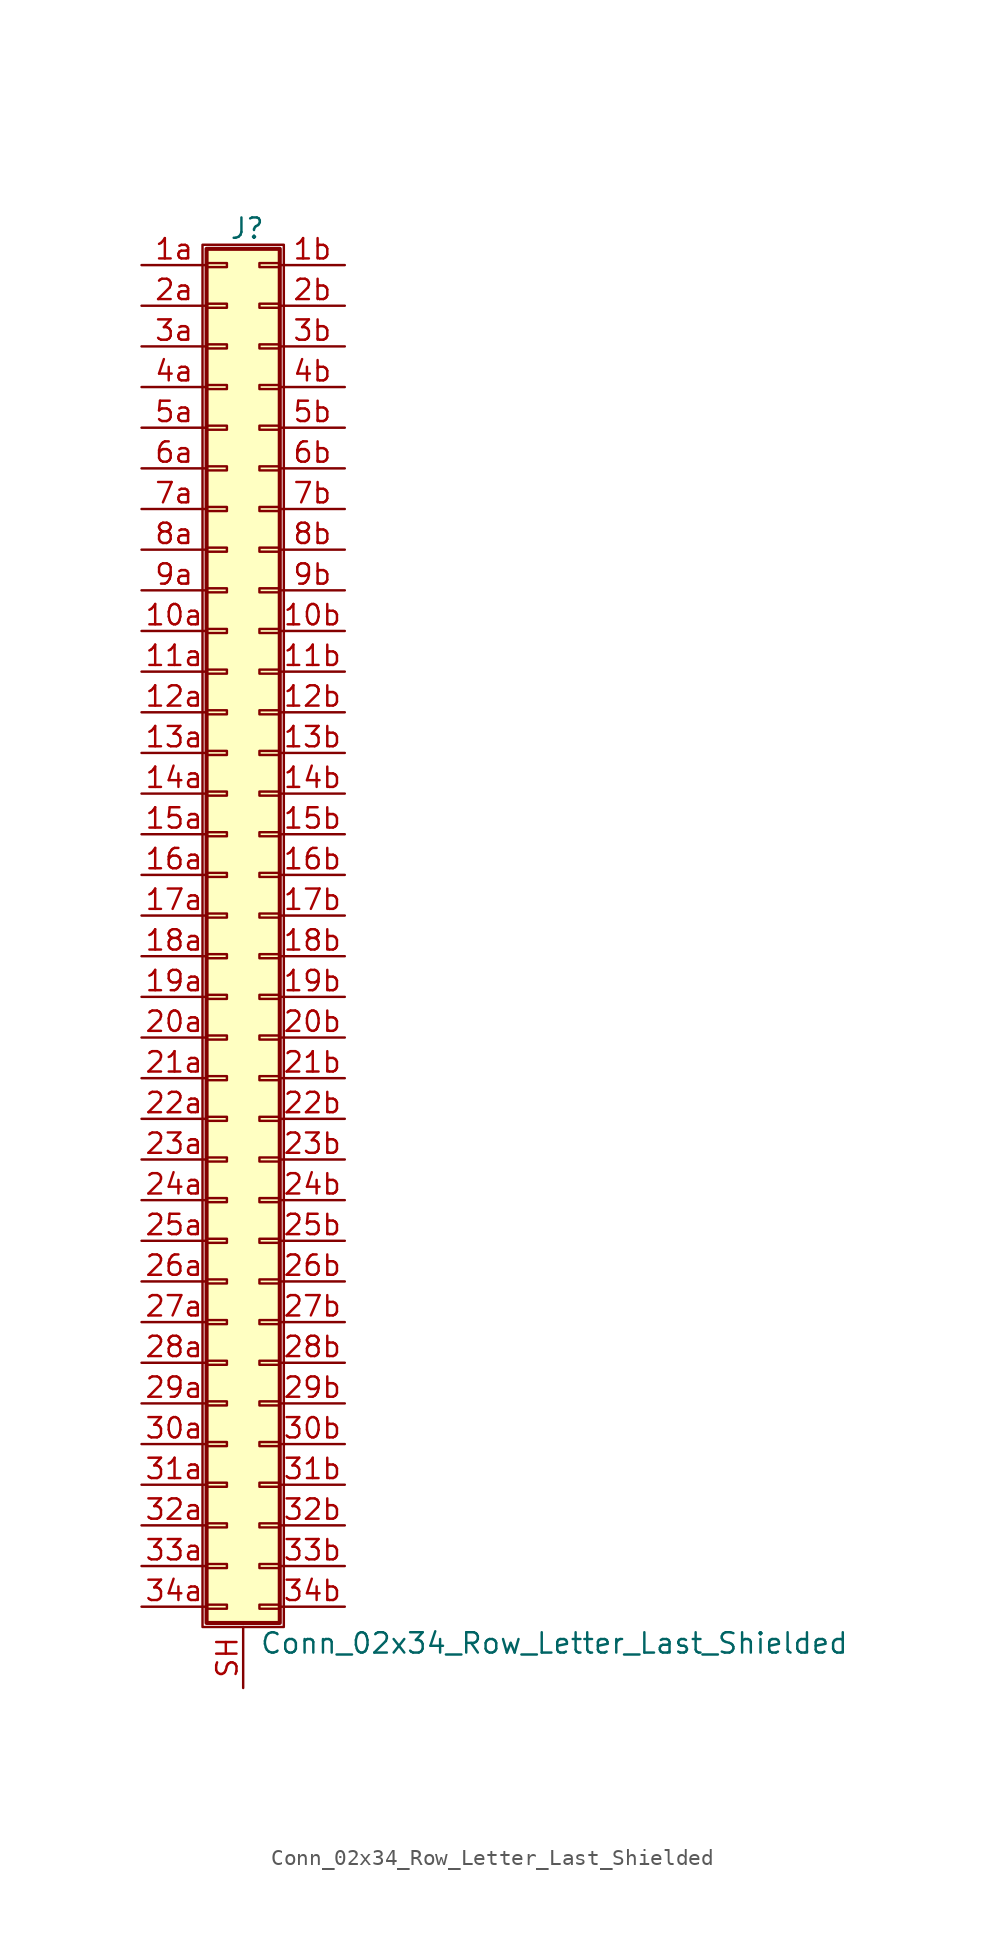
<source format=kicad_sym>
(kicad_symbol_lib
  (version 20220914)
  (generator kicad_symbol_editor)
  (symbol "Conn_02x34_Row_Letter_Last_Shielded"
    (pin_names
      (offset 1.016) hide)
    (property "Reference" "J"
      (at 1.524 42.926 0)
      (effects (font (size 1.27 1.27))))
    (property "Value" "Conn_02x34_Row_Letter_Last_Shielded"
      (at 2.286 -45.466 0)
      (effects (font (size 1.27 1.27)) (justify left)))
    (symbol "Conn_02x34_Row_Letter_Last_Shielded_1_1"
      (rectangle (start -1.27 41.91) (end 3.81 -44.45) (stroke (width 0.152) (type default)) (fill (type none)))
      (rectangle (start -1.016 -43.053) (end 0.254 -43.307) (stroke (width 0.152) (type default)) (fill (type none)))
      (rectangle (start -1.016 -40.513) (end 0.254 -40.767) (stroke (width 0.152) (type default)) (fill (type none)))
      (rectangle (start -1.016 -37.973) (end 0.254 -38.227) (stroke (width 0.152) (type default)) (fill (type none)))
      (rectangle (start -1.016 -35.433) (end 0.254 -35.687) (stroke (width 0.152) (type default)) (fill (type none)))
      (rectangle (start -1.016 -32.893) (end 0.254 -33.147) (stroke (width 0.152) (type default)) (fill (type none)))
      (rectangle (start -1.016 -30.353) (end 0.254 -30.607) (stroke (width 0.152) (type default)) (fill (type none)))
      (rectangle (start -1.016 -27.813) (end 0.254 -28.067) (stroke (width 0.152) (type default)) (fill (type none)))
      (rectangle (start -1.016 -25.273) (end 0.254 -25.527) (stroke (width 0.152) (type default)) (fill (type none)))
      (rectangle (start -1.016 -22.733) (end 0.254 -22.987) (stroke (width 0.152) (type default)) (fill (type none)))
      (rectangle (start -1.016 -20.193) (end 0.254 -20.447) (stroke (width 0.152) (type default)) (fill (type none)))
      (rectangle (start -1.016 -17.653) (end 0.254 -17.907) (stroke (width 0.152) (type default)) (fill (type none)))
      (rectangle (start -1.016 -15.113) (end 0.254 -15.367) (stroke (width 0.152) (type default)) (fill (type none)))
      (rectangle (start -1.016 -12.573) (end 0.254 -12.827) (stroke (width 0.152) (type default)) (fill (type none)))
      (rectangle (start -1.016 -10.033) (end 0.254 -10.287) (stroke (width 0.152) (type default)) (fill (type none)))
      (rectangle (start -1.016 -7.493) (end 0.254 -7.747) (stroke (width 0.152) (type default)) (fill (type none)))
      (rectangle (start -1.016 -4.953) (end 0.254 -5.207) (stroke (width 0.152) (type default)) (fill (type none)))
      (rectangle (start -1.016 -2.413) (end 0.254 -2.667) (stroke (width 0.152) (type default)) (fill (type none)))
      (rectangle (start -1.016 0.127) (end 0.254 -0.127) (stroke (width 0.152) (type default)) (fill (type none)))
      (rectangle (start -1.016 2.667) (end 0.254 2.413) (stroke (width 0.152) (type default)) (fill (type none)))
      (rectangle (start -1.016 5.207) (end 0.254 4.953) (stroke (width 0.152) (type default)) (fill (type none)))
      (rectangle (start -1.016 7.747) (end 0.254 7.493) (stroke (width 0.152) (type default)) (fill (type none)))
      (rectangle (start -1.016 10.287) (end 0.254 10.033) (stroke (width 0.152) (type default)) (fill (type none)))
      (rectangle (start -1.016 12.827) (end 0.254 12.573) (stroke (width 0.152) (type default)) (fill (type none)))
      (rectangle (start -1.016 15.367) (end 0.254 15.113) (stroke (width 0.152) (type default)) (fill (type none)))
      (rectangle (start -1.016 17.907) (end 0.254 17.653) (stroke (width 0.152) (type default)) (fill (type none)))
      (rectangle (start -1.016 20.447) (end 0.254 20.193) (stroke (width 0.152) (type default)) (fill (type none)))
      (rectangle (start -1.016 22.987) (end 0.254 22.733) (stroke (width 0.152) (type default)) (fill (type none)))
      (rectangle (start -1.016 25.527) (end 0.254 25.273) (stroke (width 0.152) (type default)) (fill (type none)))
      (rectangle (start -1.016 28.067) (end 0.254 27.813) (stroke (width 0.152) (type default)) (fill (type none)))
      (rectangle (start -1.016 30.607) (end 0.254 30.353) (stroke (width 0.152) (type default)) (fill (type none)))
      (rectangle (start -1.016 33.147) (end 0.254 32.893) (stroke (width 0.152) (type default)) (fill (type none)))
      (rectangle (start -1.016 35.687) (end 0.254 35.433) (stroke (width 0.152) (type default)) (fill (type none)))
      (rectangle (start -1.016 38.227) (end 0.254 37.973) (stroke (width 0.152) (type default)) (fill (type none)))
      (rectangle (start -1.016 40.767) (end 0.254 40.513) (stroke (width 0.152) (type default)) (fill (type none)))
      (rectangle (start -1.016 41.656) (end 3.556 -44.196) (stroke (width 0.254) (type default)) (fill (type background)))
      (rectangle (start 3.556 -43.053) (end 2.286 -43.307) (stroke (width 0.152) (type default)) (fill (type none)))
      (rectangle (start 3.556 -40.513) (end 2.286 -40.767) (stroke (width 0.152) (type default)) (fill (type none)))
      (rectangle (start 3.556 -37.973) (end 2.286 -38.227) (stroke (width 0.152) (type default)) (fill (type none)))
      (rectangle (start 3.556 -35.433) (end 2.286 -35.687) (stroke (width 0.152) (type default)) (fill (type none)))
      (rectangle (start 3.556 -32.893) (end 2.286 -33.147) (stroke (width 0.152) (type default)) (fill (type none)))
      (rectangle (start 3.556 -30.353) (end 2.286 -30.607) (stroke (width 0.152) (type default)) (fill (type none)))
      (rectangle (start 3.556 -27.813) (end 2.286 -28.067) (stroke (width 0.152) (type default)) (fill (type none)))
      (rectangle (start 3.556 -25.273) (end 2.286 -25.527) (stroke (width 0.152) (type default)) (fill (type none)))
      (rectangle (start 3.556 -22.733) (end 2.286 -22.987) (stroke (width 0.152) (type default)) (fill (type none)))
      (rectangle (start 3.556 -20.193) (end 2.286 -20.447) (stroke (width 0.152) (type default)) (fill (type none)))
      (rectangle (start 3.556 -17.653) (end 2.286 -17.907) (stroke (width 0.152) (type default)) (fill (type none)))
      (rectangle (start 3.556 -15.113) (end 2.286 -15.367) (stroke (width 0.152) (type default)) (fill (type none)))
      (rectangle (start 3.556 -12.573) (end 2.286 -12.827) (stroke (width 0.152) (type default)) (fill (type none)))
      (rectangle (start 3.556 -10.033) (end 2.286 -10.287) (stroke (width 0.152) (type default)) (fill (type none)))
      (rectangle (start 3.556 -7.493) (end 2.286 -7.747) (stroke (width 0.152) (type default)) (fill (type none)))
      (rectangle (start 3.556 -4.953) (end 2.286 -5.207) (stroke (width 0.152) (type default)) (fill (type none)))
      (rectangle (start 3.556 -2.413) (end 2.286 -2.667) (stroke (width 0.152) (type default)) (fill (type none)))
      (rectangle (start 3.556 0.127) (end 2.286 -0.127) (stroke (width 0.152) (type default)) (fill (type none)))
      (rectangle (start 3.556 2.667) (end 2.286 2.413) (stroke (width 0.152) (type default)) (fill (type none)))
      (rectangle (start 3.556 5.207) (end 2.286 4.953) (stroke (width 0.152) (type default)) (fill (type none)))
      (rectangle (start 3.556 7.747) (end 2.286 7.493) (stroke (width 0.152) (type default)) (fill (type none)))
      (rectangle (start 3.556 10.287) (end 2.286 10.033) (stroke (width 0.152) (type default)) (fill (type none)))
      (rectangle (start 3.556 12.827) (end 2.286 12.573) (stroke (width 0.152) (type default)) (fill (type none)))
      (rectangle (start 3.556 15.367) (end 2.286 15.113) (stroke (width 0.152) (type default)) (fill (type none)))
      (rectangle (start 3.556 17.907) (end 2.286 17.653) (stroke (width 0.152) (type default)) (fill (type none)))
      (rectangle (start 3.556 20.447) (end 2.286 20.193) (stroke (width 0.152) (type default)) (fill (type none)))
      (rectangle (start 3.556 22.987) (end 2.286 22.733) (stroke (width 0.152) (type default)) (fill (type none)))
      (rectangle (start 3.556 25.527) (end 2.286 25.273) (stroke (width 0.152) (type default)) (fill (type none)))
      (rectangle (start 3.556 28.067) (end 2.286 27.813) (stroke (width 0.152) (type default)) (fill (type none)))
      (rectangle (start 3.556 30.607) (end 2.286 30.353) (stroke (width 0.152) (type default)) (fill (type none)))
      (rectangle (start 3.556 33.147) (end 2.286 32.893) (stroke (width 0.152) (type default)) (fill (type none)))
      (rectangle (start 3.556 35.687) (end 2.286 35.433) (stroke (width 0.152) (type default)) (fill (type none)))
      (rectangle (start 3.556 38.227) (end 2.286 37.973) (stroke (width 0.152) (type default)) (fill (type none)))
      (rectangle (start 3.556 40.767) (end 2.286 40.513) (stroke (width 0.152) (type default)) (fill (type none)))
      (pin passive line (at -5.08 17.78 0) (length 4.064) (name "Pin_10a" (effects (font (size 1.27 1.27)))) (number "10a" (effects (font (size 1.27 1.27)))))
      (pin passive line (at 7.62 17.78 180) (length 4.064) (name "Pin_10b" (effects (font (size 1.27 1.27)))) (number "10b" (effects (font (size 1.27 1.27)))))
      (pin passive line (at -5.08 15.24 0) (length 4.064) (name "Pin_11a" (effects (font (size 1.27 1.27)))) (number "11a" (effects (font (size 1.27 1.27)))))
      (pin passive line (at 7.62 15.24 180) (length 4.064) (name "Pin_11b" (effects (font (size 1.27 1.27)))) (number "11b" (effects (font (size 1.27 1.27)))))
      (pin passive line (at -5.08 12.7 0) (length 4.064) (name "Pin_12a" (effects (font (size 1.27 1.27)))) (number "12a" (effects (font (size 1.27 1.27)))))
      (pin passive line (at 7.62 12.7 180) (length 4.064) (name "Pin_12b" (effects (font (size 1.27 1.27)))) (number "12b" (effects (font (size 1.27 1.27)))))
      (pin passive line (at -5.08 10.16 0) (length 4.064) (name "Pin_13a" (effects (font (size 1.27 1.27)))) (number "13a" (effects (font (size 1.27 1.27)))))
      (pin passive line (at 7.62 10.16 180) (length 4.064) (name "Pin_13b" (effects (font (size 1.27 1.27)))) (number "13b" (effects (font (size 1.27 1.27)))))
      (pin passive line (at -5.08 7.62 0) (length 4.064) (name "Pin_14a" (effects (font (size 1.27 1.27)))) (number "14a" (effects (font (size 1.27 1.27)))))
      (pin passive line (at 7.62 7.62 180) (length 4.064) (name "Pin_14b" (effects (font (size 1.27 1.27)))) (number "14b" (effects (font (size 1.27 1.27)))))
      (pin passive line (at -5.08 5.08 0) (length 4.064) (name "Pin_15a" (effects (font (size 1.27 1.27)))) (number "15a" (effects (font (size 1.27 1.27)))))
      (pin passive line (at 7.62 5.08 180) (length 4.064) (name "Pin_15b" (effects (font (size 1.27 1.27)))) (number "15b" (effects (font (size 1.27 1.27)))))
      (pin passive line (at -5.08 2.54 0) (length 4.064) (name "Pin_16a" (effects (font (size 1.27 1.27)))) (number "16a" (effects (font (size 1.27 1.27)))))
      (pin passive line (at 7.62 2.54 180) (length 4.064) (name "Pin_16b" (effects (font (size 1.27 1.27)))) (number "16b" (effects (font (size 1.27 1.27)))))
      (pin passive line (at -5.08 0 0) (length 4.064) (name "Pin_17a" (effects (font (size 1.27 1.27)))) (number "17a" (effects (font (size 1.27 1.27)))))
      (pin passive line (at 7.62 0 180) (length 4.064) (name "Pin_17b" (effects (font (size 1.27 1.27)))) (number "17b" (effects (font (size 1.27 1.27)))))
      (pin passive line (at -5.08 -2.54 0) (length 4.064) (name "Pin_18a" (effects (font (size 1.27 1.27)))) (number "18a" (effects (font (size 1.27 1.27)))))
      (pin passive line (at 7.62 -2.54 180) (length 4.064) (name "Pin_18b" (effects (font (size 1.27 1.27)))) (number "18b" (effects (font (size 1.27 1.27)))))
      (pin passive line (at -5.08 -5.08 0) (length 4.064) (name "Pin_19a" (effects (font (size 1.27 1.27)))) (number "19a" (effects (font (size 1.27 1.27)))))
      (pin passive line (at 7.62 -5.08 180) (length 4.064) (name "Pin_19b" (effects (font (size 1.27 1.27)))) (number "19b" (effects (font (size 1.27 1.27)))))
      (pin passive line (at -5.08 40.64 0) (length 4.064) (name "Pin_1a" (effects (font (size 1.27 1.27)))) (number "1a" (effects (font (size 1.27 1.27)))))
      (pin passive line (at 7.62 40.64 180) (length 4.064) (name "Pin_1b" (effects (font (size 1.27 1.27)))) (number "1b" (effects (font (size 1.27 1.27)))))
      (pin passive line (at -5.08 -7.62 0) (length 4.064) (name "Pin_20a" (effects (font (size 1.27 1.27)))) (number "20a" (effects (font (size 1.27 1.27)))))
      (pin passive line (at 7.62 -7.62 180) (length 4.064) (name "Pin_20b" (effects (font (size 1.27 1.27)))) (number "20b" (effects (font (size 1.27 1.27)))))
      (pin passive line (at -5.08 -10.16 0) (length 4.064) (name "Pin_21a" (effects (font (size 1.27 1.27)))) (number "21a" (effects (font (size 1.27 1.27)))))
      (pin passive line (at 7.62 -10.16 180) (length 4.064) (name "Pin_21b" (effects (font (size 1.27 1.27)))) (number "21b" (effects (font (size 1.27 1.27)))))
      (pin passive line (at -5.08 -12.7 0) (length 4.064) (name "Pin_22a" (effects (font (size 1.27 1.27)))) (number "22a" (effects (font (size 1.27 1.27)))))
      (pin passive line (at 7.62 -12.7 180) (length 4.064) (name "Pin_22b" (effects (font (size 1.27 1.27)))) (number "22b" (effects (font (size 1.27 1.27)))))
      (pin passive line (at -5.08 -15.24 0) (length 4.064) (name "Pin_23a" (effects (font (size 1.27 1.27)))) (number "23a" (effects (font (size 1.27 1.27)))))
      (pin passive line (at 7.62 -15.24 180) (length 4.064) (name "Pin_23b" (effects (font (size 1.27 1.27)))) (number "23b" (effects (font (size 1.27 1.27)))))
      (pin passive line (at -5.08 -17.78 0) (length 4.064) (name "Pin_24a" (effects (font (size 1.27 1.27)))) (number "24a" (effects (font (size 1.27 1.27)))))
      (pin passive line (at 7.62 -17.78 180) (length 4.064) (name "Pin_24b" (effects (font (size 1.27 1.27)))) (number "24b" (effects (font (size 1.27 1.27)))))
      (pin passive line (at -5.08 -20.32 0) (length 4.064) (name "Pin_25a" (effects (font (size 1.27 1.27)))) (number "25a" (effects (font (size 1.27 1.27)))))
      (pin passive line (at 7.62 -20.32 180) (length 4.064) (name "Pin_25b" (effects (font (size 1.27 1.27)))) (number "25b" (effects (font (size 1.27 1.27)))))
      (pin passive line (at -5.08 -22.86 0) (length 4.064) (name "Pin_26a" (effects (font (size 1.27 1.27)))) (number "26a" (effects (font (size 1.27 1.27)))))
      (pin passive line (at 7.62 -22.86 180) (length 4.064) (name "Pin_26b" (effects (font (size 1.27 1.27)))) (number "26b" (effects (font (size 1.27 1.27)))))
      (pin passive line (at -5.08 -25.4 0) (length 4.064) (name "Pin_27a" (effects (font (size 1.27 1.27)))) (number "27a" (effects (font (size 1.27 1.27)))))
      (pin passive line (at 7.62 -25.4 180) (length 4.064) (name "Pin_27b" (effects (font (size 1.27 1.27)))) (number "27b" (effects (font (size 1.27 1.27)))))
      (pin passive line (at -5.08 -27.94 0) (length 4.064) (name "Pin_28a" (effects (font (size 1.27 1.27)))) (number "28a" (effects (font (size 1.27 1.27)))))
      (pin passive line (at 7.62 -27.94 180) (length 4.064) (name "Pin_28b" (effects (font (size 1.27 1.27)))) (number "28b" (effects (font (size 1.27 1.27)))))
      (pin passive line (at -5.08 -30.48 0) (length 4.064) (name "Pin_29a" (effects (font (size 1.27 1.27)))) (number "29a" (effects (font (size 1.27 1.27)))))
      (pin passive line (at 7.62 -30.48 180) (length 4.064) (name "Pin_29b" (effects (font (size 1.27 1.27)))) (number "29b" (effects (font (size 1.27 1.27)))))
      (pin passive line (at -5.08 38.1 0) (length 4.064) (name "Pin_2a" (effects (font (size 1.27 1.27)))) (number "2a" (effects (font (size 1.27 1.27)))))
      (pin passive line (at 7.62 38.1 180) (length 4.064) (name "Pin_2b" (effects (font (size 1.27 1.27)))) (number "2b" (effects (font (size 1.27 1.27)))))
      (pin passive line (at -5.08 -33.02 0) (length 4.064) (name "Pin_30a" (effects (font (size 1.27 1.27)))) (number "30a" (effects (font (size 1.27 1.27)))))
      (pin passive line (at 7.62 -33.02 180) (length 4.064) (name "Pin_30b" (effects (font (size 1.27 1.27)))) (number "30b" (effects (font (size 1.27 1.27)))))
      (pin passive line (at -5.08 -35.56 0) (length 4.064) (name "Pin_31a" (effects (font (size 1.27 1.27)))) (number "31a" (effects (font (size 1.27 1.27)))))
      (pin passive line (at 7.62 -35.56 180) (length 4.064) (name "Pin_31b" (effects (font (size 1.27 1.27)))) (number "31b" (effects (font (size 1.27 1.27)))))
      (pin passive line (at -5.08 -38.1 0) (length 4.064) (name "Pin_32a" (effects (font (size 1.27 1.27)))) (number "32a" (effects (font (size 1.27 1.27)))))
      (pin passive line (at 7.62 -38.1 180) (length 4.064) (name "Pin_32b" (effects (font (size 1.27 1.27)))) (number "32b" (effects (font (size 1.27 1.27)))))
      (pin passive line (at -5.08 -40.64 0) (length 4.064) (name "Pin_33a" (effects (font (size 1.27 1.27)))) (number "33a" (effects (font (size 1.27 1.27)))))
      (pin passive line (at 7.62 -40.64 180) (length 4.064) (name "Pin_33b" (effects (font (size 1.27 1.27)))) (number "33b" (effects (font (size 1.27 1.27)))))
      (pin passive line (at -5.08 -43.18 0) (length 4.064) (name "Pin_34a" (effects (font (size 1.27 1.27)))) (number "34a" (effects (font (size 1.27 1.27)))))
      (pin passive line (at 7.62 -43.18 180) (length 4.064) (name "Pin_34b" (effects (font (size 1.27 1.27)))) (number "34b" (effects (font (size 1.27 1.27)))))
      (pin passive line (at -5.08 35.56 0) (length 4.064) (name "Pin_3a" (effects (font (size 1.27 1.27)))) (number "3a" (effects (font (size 1.27 1.27)))))
      (pin passive line (at 7.62 35.56 180) (length 4.064) (name "Pin_3b" (effects (font (size 1.27 1.27)))) (number "3b" (effects (font (size 1.27 1.27)))))
      (pin passive line (at -5.08 33.02 0) (length 4.064) (name "Pin_4a" (effects (font (size 1.27 1.27)))) (number "4a" (effects (font (size 1.27 1.27)))))
      (pin passive line (at 7.62 33.02 180) (length 4.064) (name "Pin_4b" (effects (font (size 1.27 1.27)))) (number "4b" (effects (font (size 1.27 1.27)))))
      (pin passive line (at -5.08 30.48 0) (length 4.064) (name "Pin_5a" (effects (font (size 1.27 1.27)))) (number "5a" (effects (font (size 1.27 1.27)))))
      (pin passive line (at 7.62 30.48 180) (length 4.064) (name "Pin_5b" (effects (font (size 1.27 1.27)))) (number "5b" (effects (font (size 1.27 1.27)))))
      (pin passive line (at -5.08 27.94 0) (length 4.064) (name "Pin_6a" (effects (font (size 1.27 1.27)))) (number "6a" (effects (font (size 1.27 1.27)))))
      (pin passive line (at 7.62 27.94 180) (length 4.064) (name "Pin_6b" (effects (font (size 1.27 1.27)))) (number "6b" (effects (font (size 1.27 1.27)))))
      (pin passive line (at -5.08 25.4 0) (length 4.064) (name "Pin_7a" (effects (font (size 1.27 1.27)))) (number "7a" (effects (font (size 1.27 1.27)))))
      (pin passive line (at 7.62 25.4 180) (length 4.064) (name "Pin_7b" (effects (font (size 1.27 1.27)))) (number "7b" (effects (font (size 1.27 1.27)))))
      (pin passive line (at -5.08 22.86 0) (length 4.064) (name "Pin_8a" (effects (font (size 1.27 1.27)))) (number "8a" (effects (font (size 1.27 1.27)))))
      (pin passive line (at 7.62 22.86 180) (length 4.064) (name "Pin_8b" (effects (font (size 1.27 1.27)))) (number "8b" (effects (font (size 1.27 1.27)))))
      (pin passive line (at -5.08 20.32 0) (length 4.064) (name "Pin_9a" (effects (font (size 1.27 1.27)))) (number "9a" (effects (font (size 1.27 1.27)))))
      (pin passive line (at 7.62 20.32 180) (length 4.064) (name "Pin_9b" (effects (font (size 1.27 1.27)))) (number "9b" (effects (font (size 1.27 1.27)))))
      (pin passive line (at 1.27 -48.26 90) (length 3.81) (name "Shield" (effects (font (size 1.27 1.27)))) (number "SH" (effects (font (size 1.27 1.27))))))))
</source>
